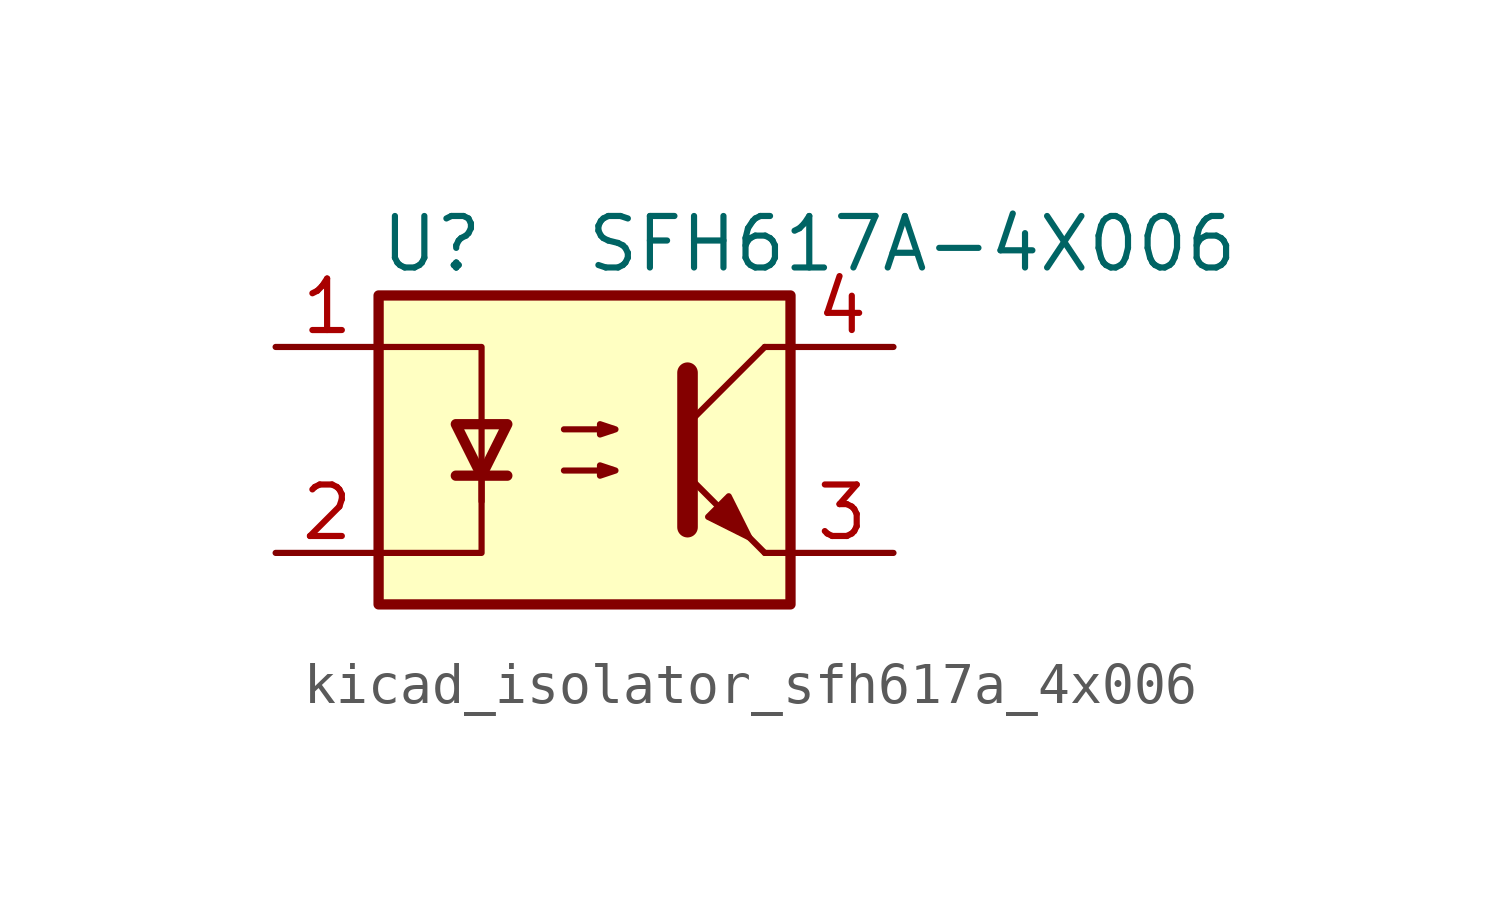
<source format=kicad_sym>
(kicad_symbol_lib
  (version 20220914)
  (generator kicad_symbol_editor)
  (symbol "kicad_isolator_sfh617a_4x006"
    (pin_names
      (offset 1.016))
    (property "Reference" "U"
      (at -5.08 5.08 0)
      (effects (font (size 1.27 1.27)) (justify left)))
    (property "Value" "SFH617A-4X006"
      (at 0 5.08 0)
      (effects (font (size 1.27 1.27)) (justify left)))
    (symbol "kicad_isolator_sfh617a_4x006_0_1"
      (rectangle (start -5.08 3.81) (end 5.08 -3.81) (stroke (width 0.254) (type default)) (fill (type background)))
      (polyline (pts (xy -3.175 -0.635) (xy -1.905 -0.635)) (stroke (width 0.254) (type default)) (fill (type none)))
      (polyline (pts (xy 2.54 0.635) (xy 4.445 2.54)) (stroke (width 0) (type default)) (fill (type none)))
      (polyline (pts (xy 4.445 -2.54) (xy 2.54 -0.635)) (stroke (width 0) (type default)) (fill (type outline)))
      (polyline (pts (xy 4.445 -2.54) (xy 5.08 -2.54)) (stroke (width 0) (type default)) (fill (type none)))
      (polyline (pts (xy 4.445 2.54) (xy 5.08 2.54)) (stroke (width 0) (type default)) (fill (type none)))
      (polyline (pts (xy -2.54 -0.635) (xy -2.54 -2.54) (xy -5.08 -2.54)) (stroke (width 0) (type default)) (fill (type none)))
      (polyline (pts (xy 2.54 1.905) (xy 2.54 -1.905) (xy 2.54 -1.905)) (stroke (width 0.508) (type default)) (fill (type none)))
      (polyline (pts (xy -5.08 2.54) (xy -2.54 2.54) (xy -2.54 -1.27) (xy -2.54 0.635)) (stroke (width 0) (type default)) (fill (type none)))
      (polyline (pts (xy -2.54 -0.635) (xy -3.175 0.635) (xy -1.905 0.635) (xy -2.54 -0.635)) (stroke (width 0.254) (type default)) (fill (type none)))
      (polyline (pts (xy -0.508 -0.508) (xy 0.762 -0.508) (xy 0.381 -0.635) (xy 0.381 -0.381) (xy 0.762 -0.508)) (stroke (width 0) (type default)) (fill (type none)))
      (polyline (pts (xy -0.508 0.508) (xy 0.762 0.508) (xy 0.381 0.381) (xy 0.381 0.635) (xy 0.762 0.508)) (stroke (width 0) (type default)) (fill (type none)))
      (polyline (pts (xy 3.048 -1.651) (xy 3.556 -1.143) (xy 4.064 -2.159) (xy 3.048 -1.651) (xy 3.048 -1.651)) (stroke (width 0) (type default)) (fill (type outline))))
    (symbol "kicad_isolator_sfh617a_4x006_1_1"
      (pin passive line (at -7.62 2.54 0) (length 2.54) (name "~" (effects (font (size 1.27 1.27)))) (number "1" (effects (font (size 1.27 1.27)))))
      (pin passive line (at -7.62 -2.54 0) (length 2.54) (name "~" (effects (font (size 1.27 1.27)))) (number "2" (effects (font (size 1.27 1.27)))))
      (pin passive line (at 7.62 -2.54 180) (length 2.54) (name "~" (effects (font (size 1.27 1.27)))) (number "3" (effects (font (size 1.27 1.27)))))
      (pin passive line (at 7.62 2.54 180) (length 2.54) (name "~" (effects (font (size 1.27 1.27)))) (number "4" (effects (font (size 1.27 1.27))))))))
</source>
